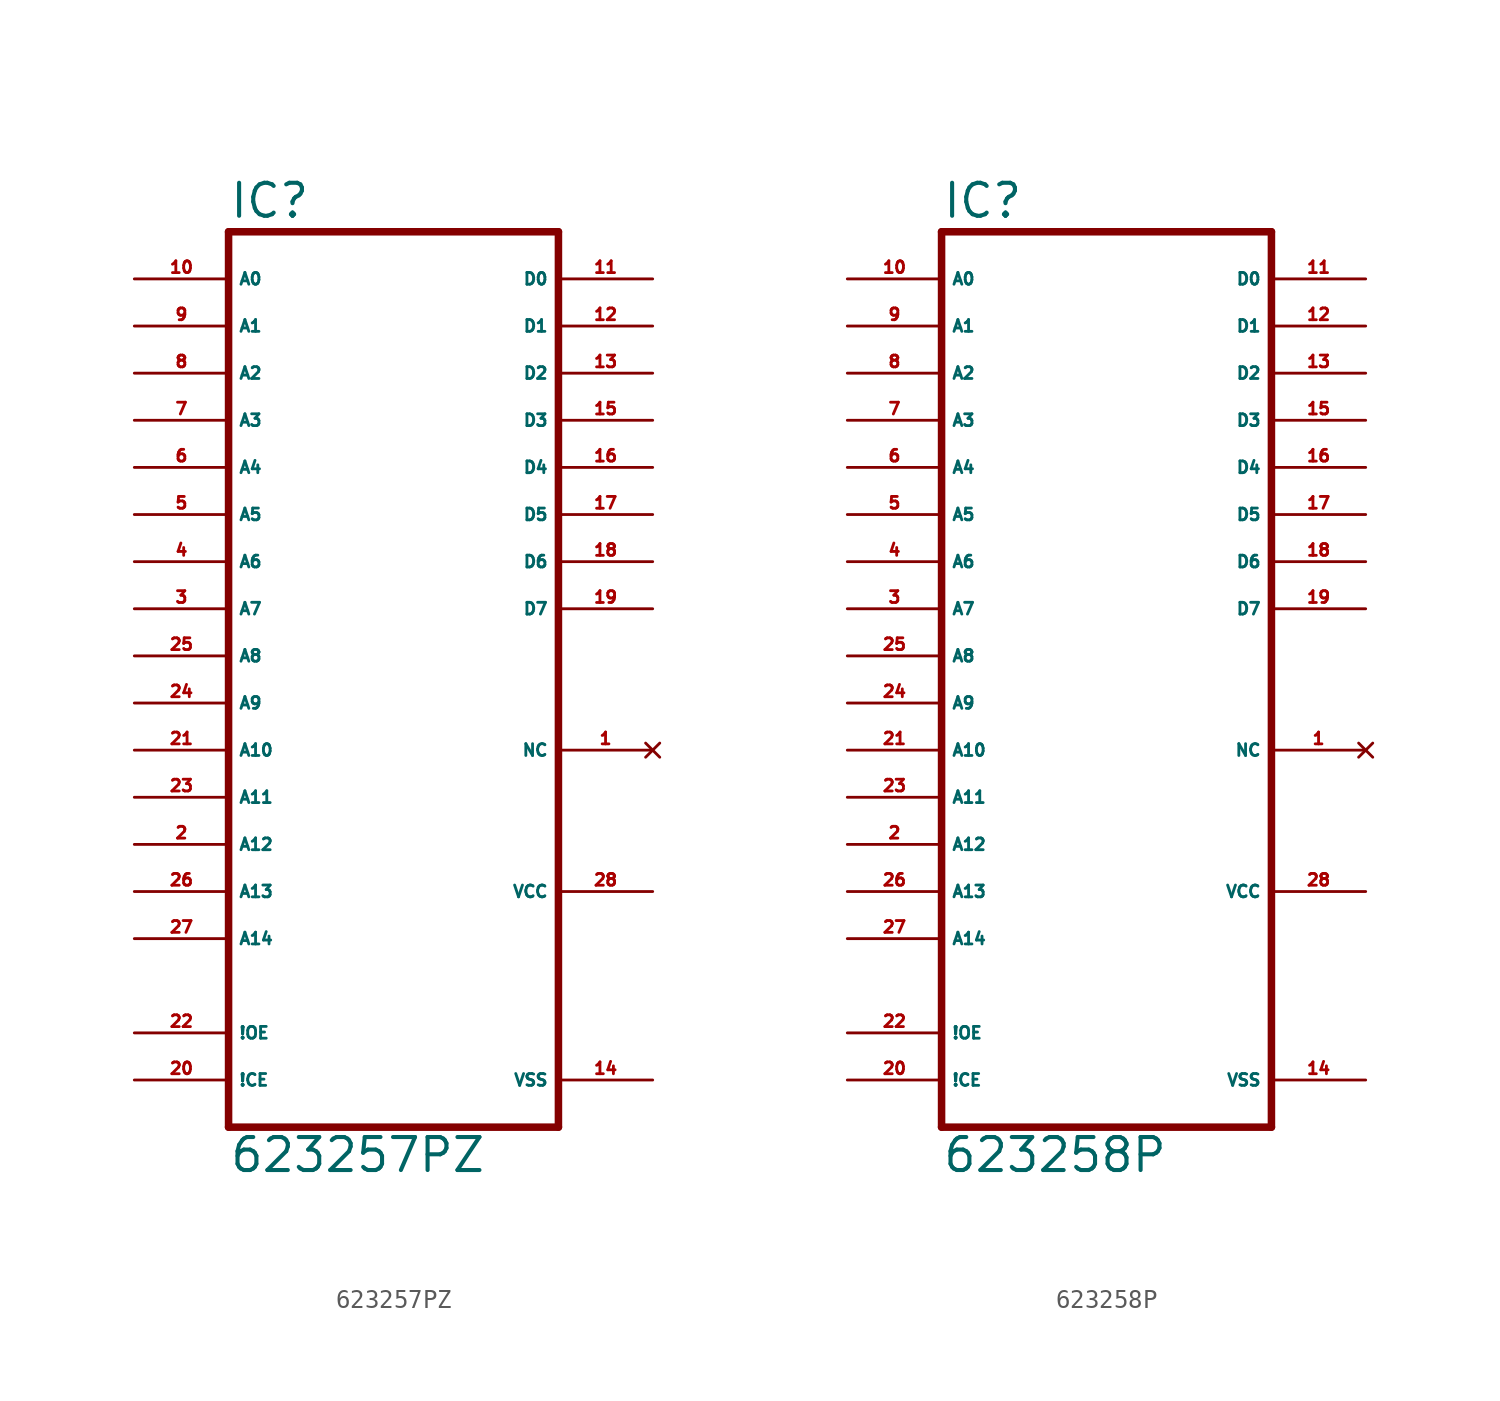
<source format=kicad_sym>
(kicad_symbol_lib
  (version 20220914)
  (generator Eagle2Kicad)
  (symbol "623257PZ"
    (property "Reference" "IC"
      (at -10.16 23.495 0)
      (effects (font (size 1.778 1.778) (thickness 0.22)) (justify left bottom)))
    (property "Value" "623257PZ"
      (at -10.16 -27.94 0)
      (effects (font (size 1.778 1.778) (thickness 0.22)) (justify left bottom)))
    (polyline
      (pts (xy -10.16 -25.4) (xy 7.62 -25.4))
      (stroke (width 0.406) (type default))
      (fill (type none)))
    (polyline
      (pts (xy 7.62 22.86) (xy 7.62 -25.4))
      (stroke (width 0.406) (type default))
      (fill (type none)))
    (polyline
      (pts (xy 7.62 22.86) (xy -10.16 22.86))
      (stroke (width 0.406) (type default))
      (fill (type none)))
    (polyline
      (pts (xy -10.16 -25.4) (xy -10.16 22.86))
      (stroke (width 0.406) (type default))
      (fill (type none)))
    (pin input line
      (at -15.24 20.32 0)
      (length 5.08)
      (name "A0" (effects (font (size 0.635 0.635) (thickness 0.08)) (justify left bottom)))
      (number "10" (effects (font (size 0.635 0.635) (thickness 0.08)) (justify left bottom))))
    (pin input line
      (at -15.24 17.78 0)
      (length 5.08)
      (name "A1" (effects (font (size 0.635 0.635) (thickness 0.08)) (justify left bottom)))
      (number "9" (effects (font (size 0.635 0.635) (thickness 0.08)) (justify left bottom))))
    (pin input line
      (at -15.24 15.24 0)
      (length 5.08)
      (name "A2" (effects (font (size 0.635 0.635) (thickness 0.08)) (justify left bottom)))
      (number "8" (effects (font (size 0.635 0.635) (thickness 0.08)) (justify left bottom))))
    (pin input line
      (at -15.24 12.7 0)
      (length 5.08)
      (name "A3" (effects (font (size 0.635 0.635) (thickness 0.08)) (justify left bottom)))
      (number "7" (effects (font (size 0.635 0.635) (thickness 0.08)) (justify left bottom))))
    (pin input line
      (at -15.24 10.16 0)
      (length 5.08)
      (name "A4" (effects (font (size 0.635 0.635) (thickness 0.08)) (justify left bottom)))
      (number "6" (effects (font (size 0.635 0.635) (thickness 0.08)) (justify left bottom))))
    (pin input line
      (at -15.24 7.62 0)
      (length 5.08)
      (name "A5" (effects (font (size 0.635 0.635) (thickness 0.08)) (justify left bottom)))
      (number "5" (effects (font (size 0.635 0.635) (thickness 0.08)) (justify left bottom))))
    (pin input line
      (at -15.24 5.08 0)
      (length 5.08)
      (name "A6" (effects (font (size 0.635 0.635) (thickness 0.08)) (justify left bottom)))
      (number "4" (effects (font (size 0.635 0.635) (thickness 0.08)) (justify left bottom))))
    (pin input line
      (at -15.24 2.54 0)
      (length 5.08)
      (name "A7" (effects (font (size 0.635 0.635) (thickness 0.08)) (justify left bottom)))
      (number "3" (effects (font (size 0.635 0.635) (thickness 0.08)) (justify left bottom))))
    (pin input line
      (at -15.24 0 0)
      (length 5.08)
      (name "A8" (effects (font (size 0.635 0.635) (thickness 0.08)) (justify left bottom)))
      (number "25" (effects (font (size 0.635 0.635) (thickness 0.08)) (justify left bottom))))
    (pin input line
      (at -15.24 -2.54 0)
      (length 5.08)
      (name "A9" (effects (font (size 0.635 0.635) (thickness 0.08)) (justify left bottom)))
      (number "24" (effects (font (size 0.635 0.635) (thickness 0.08)) (justify left bottom))))
    (pin input line
      (at -15.24 -5.08 0)
      (length 5.08)
      (name "A10" (effects (font (size 0.635 0.635) (thickness 0.08)) (justify left bottom)))
      (number "21" (effects (font (size 0.635 0.635) (thickness 0.08)) (justify left bottom))))
    (pin input line
      (at -15.24 -7.62 0)
      (length 5.08)
      (name "A11" (effects (font (size 0.635 0.635) (thickness 0.08)) (justify left bottom)))
      (number "23" (effects (font (size 0.635 0.635) (thickness 0.08)) (justify left bottom))))
    (pin input line
      (at -15.24 -10.16 0)
      (length 5.08)
      (name "A12" (effects (font (size 0.635 0.635) (thickness 0.08)) (justify left bottom)))
      (number "2" (effects (font (size 0.635 0.635) (thickness 0.08)) (justify left bottom))))
    (pin input line
      (at -15.24 -12.7 0)
      (length 5.08)
      (name "A13" (effects (font (size 0.635 0.635) (thickness 0.08)) (justify left bottom)))
      (number "26" (effects (font (size 0.635 0.635) (thickness 0.08)) (justify left bottom))))
    (pin input line
      (at -15.24 -15.24 0)
      (length 5.08)
      (name "A14" (effects (font (size 0.635 0.635) (thickness 0.08)) (justify left bottom)))
      (number "27" (effects (font (size 0.635 0.635) (thickness 0.08)) (justify left bottom))))
    (pin input line
      (at -15.24 -20.32 0)
      (length 5.08)
      (name "!OE" (effects (font (size 0.635 0.635) (thickness 0.08)) (justify left bottom)))
      (number "22" (effects (font (size 0.635 0.635) (thickness 0.08)) (justify left bottom))))
    (pin input line
      (at -15.24 -22.86 0)
      (length 5.08)
      (name "!CE" (effects (font (size 0.635 0.635) (thickness 0.08)) (justify left bottom)))
      (number "20" (effects (font (size 0.635 0.635) (thickness 0.08)) (justify left bottom))))
    (pin unspecified line
      (at 12.7 -22.86 180)
      (length 5.08)
      (name "VSS" (effects (font (size 0.635 0.635) (thickness 0.08)) (justify left bottom)))
      (number "14" (effects (font (size 0.635 0.635) (thickness 0.08)) (justify left bottom))))
    (pin unspecified line
      (at 12.7 -12.7 180)
      (length 5.08)
      (name "VCC" (effects (font (size 0.635 0.635) (thickness 0.08)) (justify left bottom)))
      (number "28" (effects (font (size 0.635 0.635) (thickness 0.08)) (justify left bottom))))
    (pin tri_state line
      (at 12.7 20.32 180)
      (length 5.08)
      (name "D0" (effects (font (size 0.635 0.635) (thickness 0.08)) (justify left bottom)))
      (number "11" (effects (font (size 0.635 0.635) (thickness 0.08)) (justify left bottom))))
    (pin tri_state line
      (at 12.7 17.78 180)
      (length 5.08)
      (name "D1" (effects (font (size 0.635 0.635) (thickness 0.08)) (justify left bottom)))
      (number "12" (effects (font (size 0.635 0.635) (thickness 0.08)) (justify left bottom))))
    (pin tri_state line
      (at 12.7 15.24 180)
      (length 5.08)
      (name "D2" (effects (font (size 0.635 0.635) (thickness 0.08)) (justify left bottom)))
      (number "13" (effects (font (size 0.635 0.635) (thickness 0.08)) (justify left bottom))))
    (pin tri_state line
      (at 12.7 12.7 180)
      (length 5.08)
      (name "D3" (effects (font (size 0.635 0.635) (thickness 0.08)) (justify left bottom)))
      (number "15" (effects (font (size 0.635 0.635) (thickness 0.08)) (justify left bottom))))
    (pin tri_state line
      (at 12.7 10.16 180)
      (length 5.08)
      (name "D4" (effects (font (size 0.635 0.635) (thickness 0.08)) (justify left bottom)))
      (number "16" (effects (font (size 0.635 0.635) (thickness 0.08)) (justify left bottom))))
    (pin tri_state line
      (at 12.7 7.62 180)
      (length 5.08)
      (name "D5" (effects (font (size 0.635 0.635) (thickness 0.08)) (justify left bottom)))
      (number "17" (effects (font (size 0.635 0.635) (thickness 0.08)) (justify left bottom))))
    (pin tri_state line
      (at 12.7 5.08 180)
      (length 5.08)
      (name "D6" (effects (font (size 0.635 0.635) (thickness 0.08)) (justify left bottom)))
      (number "18" (effects (font (size 0.635 0.635) (thickness 0.08)) (justify left bottom))))
    (pin tri_state line
      (at 12.7 2.54 180)
      (length 5.08)
      (name "D7" (effects (font (size 0.635 0.635) (thickness 0.08)) (justify left bottom)))
      (number "19" (effects (font (size 0.635 0.635) (thickness 0.08)) (justify left bottom))))
    (pin no_connect line
      (at 12.7 -5.08 180)
      (length 5.08)
      (name "NC" (effects (font (size 0.635 0.635) (thickness 0.08)) (justify left bottom) hide))
      (number "1" (effects (font (size 0.635 0.635) (thickness 0.08)) (justify left bottom) hide))))
  (symbol "623258P"
    (property "Reference" "IC"
      (at -10.16 23.495 0)
      (effects (font (size 1.778 1.778) (thickness 0.22)) (justify left bottom)))
    (property "Value" "623258P"
      (at -10.16 -27.94 0)
      (effects (font (size 1.778 1.778) (thickness 0.22)) (justify left bottom)))
    (polyline
      (pts (xy -10.16 -25.4) (xy 7.62 -25.4))
      (stroke (width 0.406) (type default))
      (fill (type none)))
    (polyline
      (pts (xy 7.62 22.86) (xy 7.62 -25.4))
      (stroke (width 0.406) (type default))
      (fill (type none)))
    (polyline
      (pts (xy 7.62 22.86) (xy -10.16 22.86))
      (stroke (width 0.406) (type default))
      (fill (type none)))
    (polyline
      (pts (xy -10.16 -25.4) (xy -10.16 22.86))
      (stroke (width 0.406) (type default))
      (fill (type none)))
    (pin input line
      (at -15.24 20.32 0)
      (length 5.08)
      (name "A0" (effects (font (size 0.635 0.635) (thickness 0.08)) (justify left bottom)))
      (number "10" (effects (font (size 0.635 0.635) (thickness 0.08)) (justify left bottom))))
    (pin input line
      (at -15.24 17.78 0)
      (length 5.08)
      (name "A1" (effects (font (size 0.635 0.635) (thickness 0.08)) (justify left bottom)))
      (number "9" (effects (font (size 0.635 0.635) (thickness 0.08)) (justify left bottom))))
    (pin input line
      (at -15.24 15.24 0)
      (length 5.08)
      (name "A2" (effects (font (size 0.635 0.635) (thickness 0.08)) (justify left bottom)))
      (number "8" (effects (font (size 0.635 0.635) (thickness 0.08)) (justify left bottom))))
    (pin input line
      (at -15.24 12.7 0)
      (length 5.08)
      (name "A3" (effects (font (size 0.635 0.635) (thickness 0.08)) (justify left bottom)))
      (number "7" (effects (font (size 0.635 0.635) (thickness 0.08)) (justify left bottom))))
    (pin input line
      (at -15.24 10.16 0)
      (length 5.08)
      (name "A4" (effects (font (size 0.635 0.635) (thickness 0.08)) (justify left bottom)))
      (number "6" (effects (font (size 0.635 0.635) (thickness 0.08)) (justify left bottom))))
    (pin input line
      (at -15.24 7.62 0)
      (length 5.08)
      (name "A5" (effects (font (size 0.635 0.635) (thickness 0.08)) (justify left bottom)))
      (number "5" (effects (font (size 0.635 0.635) (thickness 0.08)) (justify left bottom))))
    (pin input line
      (at -15.24 5.08 0)
      (length 5.08)
      (name "A6" (effects (font (size 0.635 0.635) (thickness 0.08)) (justify left bottom)))
      (number "4" (effects (font (size 0.635 0.635) (thickness 0.08)) (justify left bottom))))
    (pin input line
      (at -15.24 2.54 0)
      (length 5.08)
      (name "A7" (effects (font (size 0.635 0.635) (thickness 0.08)) (justify left bottom)))
      (number "3" (effects (font (size 0.635 0.635) (thickness 0.08)) (justify left bottom))))
    (pin input line
      (at -15.24 0 0)
      (length 5.08)
      (name "A8" (effects (font (size 0.635 0.635) (thickness 0.08)) (justify left bottom)))
      (number "25" (effects (font (size 0.635 0.635) (thickness 0.08)) (justify left bottom))))
    (pin input line
      (at -15.24 -2.54 0)
      (length 5.08)
      (name "A9" (effects (font (size 0.635 0.635) (thickness 0.08)) (justify left bottom)))
      (number "24" (effects (font (size 0.635 0.635) (thickness 0.08)) (justify left bottom))))
    (pin input line
      (at -15.24 -5.08 0)
      (length 5.08)
      (name "A10" (effects (font (size 0.635 0.635) (thickness 0.08)) (justify left bottom)))
      (number "21" (effects (font (size 0.635 0.635) (thickness 0.08)) (justify left bottom))))
    (pin input line
      (at -15.24 -7.62 0)
      (length 5.08)
      (name "A11" (effects (font (size 0.635 0.635) (thickness 0.08)) (justify left bottom)))
      (number "23" (effects (font (size 0.635 0.635) (thickness 0.08)) (justify left bottom))))
    (pin input line
      (at -15.24 -10.16 0)
      (length 5.08)
      (name "A12" (effects (font (size 0.635 0.635) (thickness 0.08)) (justify left bottom)))
      (number "2" (effects (font (size 0.635 0.635) (thickness 0.08)) (justify left bottom))))
    (pin input line
      (at -15.24 -12.7 0)
      (length 5.08)
      (name "A13" (effects (font (size 0.635 0.635) (thickness 0.08)) (justify left bottom)))
      (number "26" (effects (font (size 0.635 0.635) (thickness 0.08)) (justify left bottom))))
    (pin input line
      (at -15.24 -15.24 0)
      (length 5.08)
      (name "A14" (effects (font (size 0.635 0.635) (thickness 0.08)) (justify left bottom)))
      (number "27" (effects (font (size 0.635 0.635) (thickness 0.08)) (justify left bottom))))
    (pin input line
      (at -15.24 -20.32 0)
      (length 5.08)
      (name "!OE" (effects (font (size 0.635 0.635) (thickness 0.08)) (justify left bottom)))
      (number "22" (effects (font (size 0.635 0.635) (thickness 0.08)) (justify left bottom))))
    (pin input line
      (at -15.24 -22.86 0)
      (length 5.08)
      (name "!CE" (effects (font (size 0.635 0.635) (thickness 0.08)) (justify left bottom)))
      (number "20" (effects (font (size 0.635 0.635) (thickness 0.08)) (justify left bottom))))
    (pin unspecified line
      (at 12.7 -22.86 180)
      (length 5.08)
      (name "VSS" (effects (font (size 0.635 0.635) (thickness 0.08)) (justify left bottom)))
      (number "14" (effects (font (size 0.635 0.635) (thickness 0.08)) (justify left bottom))))
    (pin unspecified line
      (at 12.7 -12.7 180)
      (length 5.08)
      (name "VCC" (effects (font (size 0.635 0.635) (thickness 0.08)) (justify left bottom)))
      (number "28" (effects (font (size 0.635 0.635) (thickness 0.08)) (justify left bottom))))
    (pin tri_state line
      (at 12.7 20.32 180)
      (length 5.08)
      (name "D0" (effects (font (size 0.635 0.635) (thickness 0.08)) (justify left bottom)))
      (number "11" (effects (font (size 0.635 0.635) (thickness 0.08)) (justify left bottom))))
    (pin tri_state line
      (at 12.7 17.78 180)
      (length 5.08)
      (name "D1" (effects (font (size 0.635 0.635) (thickness 0.08)) (justify left bottom)))
      (number "12" (effects (font (size 0.635 0.635) (thickness 0.08)) (justify left bottom))))
    (pin tri_state line
      (at 12.7 15.24 180)
      (length 5.08)
      (name "D2" (effects (font (size 0.635 0.635) (thickness 0.08)) (justify left bottom)))
      (number "13" (effects (font (size 0.635 0.635) (thickness 0.08)) (justify left bottom))))
    (pin tri_state line
      (at 12.7 12.7 180)
      (length 5.08)
      (name "D3" (effects (font (size 0.635 0.635) (thickness 0.08)) (justify left bottom)))
      (number "15" (effects (font (size 0.635 0.635) (thickness 0.08)) (justify left bottom))))
    (pin tri_state line
      (at 12.7 10.16 180)
      (length 5.08)
      (name "D4" (effects (font (size 0.635 0.635) (thickness 0.08)) (justify left bottom)))
      (number "16" (effects (font (size 0.635 0.635) (thickness 0.08)) (justify left bottom))))
    (pin tri_state line
      (at 12.7 7.62 180)
      (length 5.08)
      (name "D5" (effects (font (size 0.635 0.635) (thickness 0.08)) (justify left bottom)))
      (number "17" (effects (font (size 0.635 0.635) (thickness 0.08)) (justify left bottom))))
    (pin tri_state line
      (at 12.7 5.08 180)
      (length 5.08)
      (name "D6" (effects (font (size 0.635 0.635) (thickness 0.08)) (justify left bottom)))
      (number "18" (effects (font (size 0.635 0.635) (thickness 0.08)) (justify left bottom))))
    (pin tri_state line
      (at 12.7 2.54 180)
      (length 5.08)
      (name "D7" (effects (font (size 0.635 0.635) (thickness 0.08)) (justify left bottom)))
      (number "19" (effects (font (size 0.635 0.635) (thickness 0.08)) (justify left bottom))))
    (pin no_connect line
      (at 12.7 -5.08 180)
      (length 5.08)
      (name "NC" (effects (font (size 0.635 0.635) (thickness 0.08)) (justify left bottom) hide))
      (number "1" (effects (font (size 0.635 0.635) (thickness 0.08)) (justify left bottom) hide)))))
</source>
